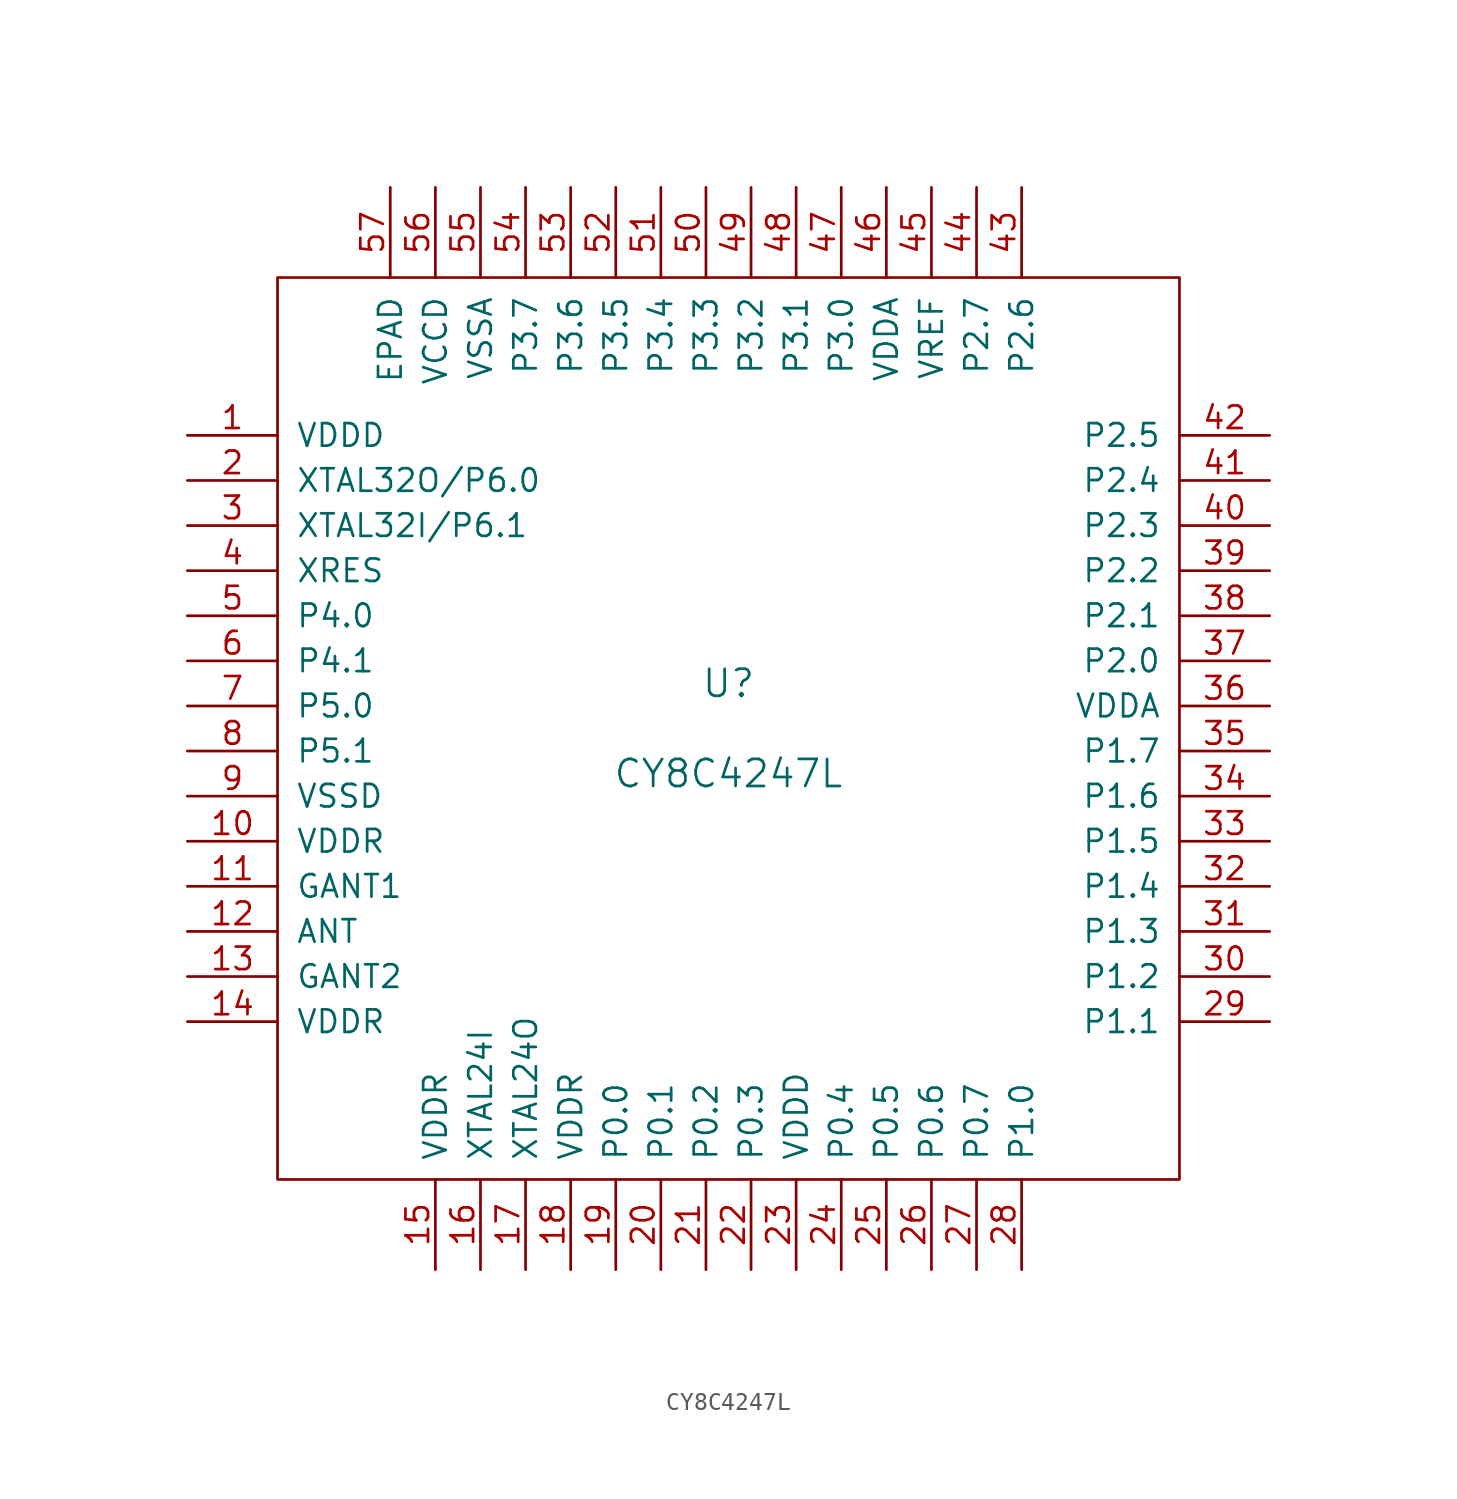
<source format=kicad_sym>
(kicad_symbol_lib
  (version 20201005)
  (generator kicad_symbol_editor)
  (symbol "CY8C4247L"
    (pin_names
      (offset 1.016))
    (property "Reference" "U"
      (at 0 2.54 0)
      (effects (font (size 1.524 1.524))))
    (property "Value" "CY8C4247L"
      (at 0 -2.54 0)
      (effects (font (size 1.524 1.524))))
    (symbol "CY8C4247L_0_1"
      (rectangle (start -25.4 25.4) (end 25.4 -25.4) (stroke (width 0)) (fill (type none))))
    (symbol "CY8C4247L_1_1"
      (pin power_in line (at -30.48 16.51 0) (length 5.08) (name "VDDD" (effects (font (size 1.27 1.27)))) (number "1" (effects (font (size 1.27 1.27)))))
      (pin power_in line (at -30.48 -6.35 0) (length 5.08) (name "VDDR" (effects (font (size 1.27 1.27)))) (number "10" (effects (font (size 1.27 1.27)))))
      (pin bidirectional line (at -30.48 -8.89 0) (length 5.08) (name "GANT1" (effects (font (size 1.27 1.27)))) (number "11" (effects (font (size 1.27 1.27)))))
      (pin bidirectional line (at -30.48 -11.43 0) (length 5.08) (name "ANT" (effects (font (size 1.27 1.27)))) (number "12" (effects (font (size 1.27 1.27)))))
      (pin bidirectional line (at -30.48 -13.97 0) (length 5.08) (name "GANT2" (effects (font (size 1.27 1.27)))) (number "13" (effects (font (size 1.27 1.27)))))
      (pin power_in line (at -30.48 -16.51 0) (length 5.08) (name "VDDR" (effects (font (size 1.27 1.27)))) (number "14" (effects (font (size 1.27 1.27)))))
      (pin power_in line (at -16.51 -30.48 90) (length 5.08) (name "VDDR" (effects (font (size 1.27 1.27)))) (number "15" (effects (font (size 1.27 1.27)))))
      (pin bidirectional line (at -13.97 -30.48 90) (length 5.08) (name "XTAL24I" (effects (font (size 1.27 1.27)))) (number "16" (effects (font (size 1.27 1.27)))))
      (pin bidirectional line (at -11.43 -30.48 90) (length 5.08) (name "XTAL24O" (effects (font (size 1.27 1.27)))) (number "17" (effects (font (size 1.27 1.27)))))
      (pin power_in line (at -8.89 -30.48 90) (length 5.08) (name "VDDR" (effects (font (size 1.27 1.27)))) (number "18" (effects (font (size 1.27 1.27)))))
      (pin bidirectional line (at -6.35 -30.48 90) (length 5.08) (name "P0.0" (effects (font (size 1.27 1.27)))) (number "19" (effects (font (size 1.27 1.27)))))
      (pin bidirectional line (at -30.48 13.97 0) (length 5.08) (name "XTAL32O/P6.0" (effects (font (size 1.27 1.27)))) (number "2" (effects (font (size 1.27 1.27)))))
      (pin bidirectional line (at -3.81 -30.48 90) (length 5.08) (name "P0.1" (effects (font (size 1.27 1.27)))) (number "20" (effects (font (size 1.27 1.27)))))
      (pin bidirectional line (at -1.27 -30.48 90) (length 5.08) (name "P0.2" (effects (font (size 1.27 1.27)))) (number "21" (effects (font (size 1.27 1.27)))))
      (pin bidirectional line (at 1.27 -30.48 90) (length 5.08) (name "P0.3" (effects (font (size 1.27 1.27)))) (number "22" (effects (font (size 1.27 1.27)))))
      (pin power_in line (at 3.81 -30.48 90) (length 5.08) (name "VDDD" (effects (font (size 1.27 1.27)))) (number "23" (effects (font (size 1.27 1.27)))))
      (pin bidirectional line (at 6.35 -30.48 90) (length 5.08) (name "P0.4" (effects (font (size 1.27 1.27)))) (number "24" (effects (font (size 1.27 1.27)))))
      (pin bidirectional line (at 8.89 -30.48 90) (length 5.08) (name "P0.5" (effects (font (size 1.27 1.27)))) (number "25" (effects (font (size 1.27 1.27)))))
      (pin bidirectional line (at 11.43 -30.48 90) (length 5.08) (name "P0.6" (effects (font (size 1.27 1.27)))) (number "26" (effects (font (size 1.27 1.27)))))
      (pin bidirectional line (at 13.97 -30.48 90) (length 5.08) (name "P0.7" (effects (font (size 1.27 1.27)))) (number "27" (effects (font (size 1.27 1.27)))))
      (pin bidirectional line (at 16.51 -30.48 90) (length 5.08) (name "P1.0" (effects (font (size 1.27 1.27)))) (number "28" (effects (font (size 1.27 1.27)))))
      (pin bidirectional line (at 30.48 -16.51 180) (length 5.08) (name "P1.1" (effects (font (size 1.27 1.27)))) (number "29" (effects (font (size 1.27 1.27)))))
      (pin bidirectional line (at -30.48 11.43 0) (length 5.08) (name "XTAL32I/P6.1" (effects (font (size 1.27 1.27)))) (number "3" (effects (font (size 1.27 1.27)))))
      (pin bidirectional line (at 30.48 -13.97 180) (length 5.08) (name "P1.2" (effects (font (size 1.27 1.27)))) (number "30" (effects (font (size 1.27 1.27)))))
      (pin bidirectional line (at 30.48 -11.43 180) (length 5.08) (name "P1.3" (effects (font (size 1.27 1.27)))) (number "31" (effects (font (size 1.27 1.27)))))
      (pin bidirectional line (at 30.48 -8.89 180) (length 5.08) (name "P1.4" (effects (font (size 1.27 1.27)))) (number "32" (effects (font (size 1.27 1.27)))))
      (pin bidirectional line (at 30.48 -6.35 180) (length 5.08) (name "P1.5" (effects (font (size 1.27 1.27)))) (number "33" (effects (font (size 1.27 1.27)))))
      (pin bidirectional line (at 30.48 -3.81 180) (length 5.08) (name "P1.6" (effects (font (size 1.27 1.27)))) (number "34" (effects (font (size 1.27 1.27)))))
      (pin bidirectional line (at 30.48 -1.27 180) (length 5.08) (name "P1.7" (effects (font (size 1.27 1.27)))) (number "35" (effects (font (size 1.27 1.27)))))
      (pin power_in line (at 30.48 1.27 180) (length 5.08) (name "VDDA" (effects (font (size 1.27 1.27)))) (number "36" (effects (font (size 1.27 1.27)))))
      (pin bidirectional line (at 30.48 3.81 180) (length 5.08) (name "P2.0" (effects (font (size 1.27 1.27)))) (number "37" (effects (font (size 1.27 1.27)))))
      (pin bidirectional line (at 30.48 6.35 180) (length 5.08) (name "P2.1" (effects (font (size 1.27 1.27)))) (number "38" (effects (font (size 1.27 1.27)))))
      (pin bidirectional line (at 30.48 8.89 180) (length 5.08) (name "P2.2" (effects (font (size 1.27 1.27)))) (number "39" (effects (font (size 1.27 1.27)))))
      (pin bidirectional line (at -30.48 8.89 0) (length 5.08) (name "XRES" (effects (font (size 1.27 1.27)))) (number "4" (effects (font (size 1.27 1.27)))))
      (pin bidirectional line (at 30.48 11.43 180) (length 5.08) (name "P2.3" (effects (font (size 1.27 1.27)))) (number "40" (effects (font (size 1.27 1.27)))))
      (pin bidirectional line (at 30.48 13.97 180) (length 5.08) (name "P2.4" (effects (font (size 1.27 1.27)))) (number "41" (effects (font (size 1.27 1.27)))))
      (pin bidirectional line (at 30.48 16.51 180) (length 5.08) (name "P2.5" (effects (font (size 1.27 1.27)))) (number "42" (effects (font (size 1.27 1.27)))))
      (pin bidirectional line (at 16.51 30.48 270) (length 5.08) (name "P2.6" (effects (font (size 1.27 1.27)))) (number "43" (effects (font (size 1.27 1.27)))))
      (pin bidirectional line (at 13.97 30.48 270) (length 5.08) (name "P2.7" (effects (font (size 1.27 1.27)))) (number "44" (effects (font (size 1.27 1.27)))))
      (pin power_in line (at 11.43 30.48 270) (length 5.08) (name "VREF" (effects (font (size 1.27 1.27)))) (number "45" (effects (font (size 1.27 1.27)))))
      (pin power_in line (at 8.89 30.48 270) (length 5.08) (name "VDDA" (effects (font (size 1.27 1.27)))) (number "46" (effects (font (size 1.27 1.27)))))
      (pin bidirectional line (at 6.35 30.48 270) (length 5.08) (name "P3.0" (effects (font (size 1.27 1.27)))) (number "47" (effects (font (size 1.27 1.27)))))
      (pin bidirectional line (at 3.81 30.48 270) (length 5.08) (name "P3.1" (effects (font (size 1.27 1.27)))) (number "48" (effects (font (size 1.27 1.27)))))
      (pin bidirectional line (at 1.27 30.48 270) (length 5.08) (name "P3.2" (effects (font (size 1.27 1.27)))) (number "49" (effects (font (size 1.27 1.27)))))
      (pin bidirectional line (at -30.48 6.35 0) (length 5.08) (name "P4.0" (effects (font (size 1.27 1.27)))) (number "5" (effects (font (size 1.27 1.27)))))
      (pin power_in line (at -1.27 30.48 270) (length 5.08) (name "P3.3" (effects (font (size 1.27 1.27)))) (number "50" (effects (font (size 1.27 1.27)))))
      (pin bidirectional line (at -3.81 30.48 270) (length 5.08) (name "P3.4" (effects (font (size 1.27 1.27)))) (number "51" (effects (font (size 1.27 1.27)))))
      (pin bidirectional line (at -6.35 30.48 270) (length 5.08) (name "P3.5" (effects (font (size 1.27 1.27)))) (number "52" (effects (font (size 1.27 1.27)))))
      (pin bidirectional line (at -8.89 30.48 270) (length 5.08) (name "P3.6" (effects (font (size 1.27 1.27)))) (number "53" (effects (font (size 1.27 1.27)))))
      (pin bidirectional line (at -11.43 30.48 270) (length 5.08) (name "P3.7" (effects (font (size 1.27 1.27)))) (number "54" (effects (font (size 1.27 1.27)))))
      (pin power_in line (at -13.97 30.48 270) (length 5.08) (name "VSSA" (effects (font (size 1.27 1.27)))) (number "55" (effects (font (size 1.27 1.27)))))
      (pin power_in line (at -16.51 30.48 270) (length 5.08) (name "VCCD" (effects (font (size 1.27 1.27)))) (number "56" (effects (font (size 1.27 1.27)))))
      (pin power_in line (at -19.05 30.48 270) (length 5.08) (name "EPAD~" (effects (font (size 1.27 1.27)))) (number "57" (effects (font (size 1.27 1.27)))))
      (pin bidirectional line (at -30.48 3.81 0) (length 5.08) (name "P4.1" (effects (font (size 1.27 1.27)))) (number "6" (effects (font (size 1.27 1.27)))))
      (pin bidirectional line (at -30.48 1.27 0) (length 5.08) (name "P5.0" (effects (font (size 1.27 1.27)))) (number "7" (effects (font (size 1.27 1.27)))))
      (pin bidirectional line (at -30.48 -1.27 0) (length 5.08) (name "P5.1" (effects (font (size 1.27 1.27)))) (number "8" (effects (font (size 1.27 1.27)))))
      (pin power_in line (at -30.48 -3.81 0) (length 5.08) (name "VSSD" (effects (font (size 1.27 1.27)))) (number "9" (effects (font (size 1.27 1.27))))))))
</source>
